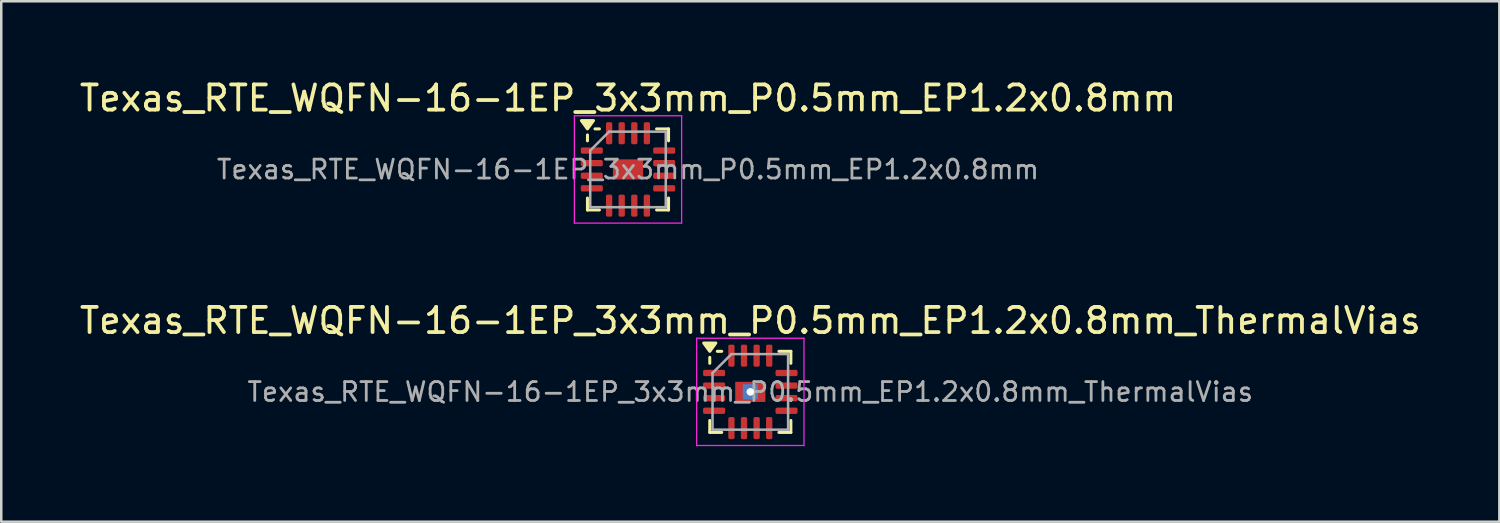
<source format=kicad_pcb>
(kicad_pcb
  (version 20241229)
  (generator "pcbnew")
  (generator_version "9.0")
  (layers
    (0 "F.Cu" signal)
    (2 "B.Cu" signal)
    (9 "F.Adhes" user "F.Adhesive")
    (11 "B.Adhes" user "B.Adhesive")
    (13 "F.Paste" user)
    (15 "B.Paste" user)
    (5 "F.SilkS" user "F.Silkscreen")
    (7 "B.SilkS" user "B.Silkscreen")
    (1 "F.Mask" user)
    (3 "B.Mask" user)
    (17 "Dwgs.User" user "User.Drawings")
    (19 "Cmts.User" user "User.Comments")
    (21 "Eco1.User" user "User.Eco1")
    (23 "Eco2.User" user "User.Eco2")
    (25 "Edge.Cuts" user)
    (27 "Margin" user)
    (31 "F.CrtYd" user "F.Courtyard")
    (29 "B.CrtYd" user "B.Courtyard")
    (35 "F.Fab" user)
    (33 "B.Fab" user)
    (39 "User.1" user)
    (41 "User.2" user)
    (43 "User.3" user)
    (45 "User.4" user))
  (footprint "Texas_RTE_WQFN-16-1EP_3x3mm_P0.5mm_EP1.2x0.8mm_ThermalVias"
    (layer "F.Cu")
    (at 26.744 12.511)
    (property "Reference" "Texas_RTE_WQFN-16-1EP_3x3mm_P0.5mm_EP1.2x0.8mm_ThermalVias" (at 0 -2.83 0) (layer "F.SilkS") (effects (font (size 1 1) (thickness 0.15))))
    (attr smd)
    (fp_line (start -1.61 -1.135) (end -1.61 -1.37) (stroke (width 0.12) (type solid)) (layer "F.SilkS"))
    (fp_line (start -1.61 1.61) (end -1.61 1.135) (stroke (width 0.12) (type solid)) (layer "F.SilkS"))
    (fp_line (start -1.135 -1.61) (end -1.31 -1.61) (stroke (width 0.12) (type solid)) (layer "F.SilkS"))
    (fp_line (start -1.135 1.61) (end -1.61 1.61) (stroke (width 0.12) (type solid)) (layer "F.SilkS"))
    (fp_line (start 1.135 -1.61) (end 1.61 -1.61) (stroke (width 0.12) (type solid)) (layer "F.SilkS"))
    (fp_line (start 1.135 1.61) (end 1.61 1.61) (stroke (width 0.12) (type solid)) (layer "F.SilkS"))
    (fp_line (start 1.61 -1.61) (end 1.61 -1.135) (stroke (width 0.12) (type solid)) (layer "F.SilkS"))
    (fp_line (start 1.61 1.61) (end 1.61 1.135) (stroke (width 0.12) (type solid)) (layer "F.SilkS"))
    (fp_poly (pts (xy -1.61 -1.61) (xy -1.85 -1.94) (xy -1.37 -1.94) (xy -1.61 -1.61)) (stroke (width 0.12) (type solid)) (fill yes) (layer "F.SilkS"))
    (fp_line (start -2.13 -2.13) (end -2.13 2.13) (stroke (width 0.05) (type solid)) (layer "F.CrtYd"))
    (fp_line (start -2.13 2.13) (end 2.13 2.13) (stroke (width 0.05) (type solid)) (layer "F.CrtYd"))
    (fp_line (start 2.13 -2.13) (end -2.13 -2.13) (stroke (width 0.05) (type solid)) (layer "F.CrtYd"))
    (fp_line (start 2.13 2.13) (end 2.13 -2.13) (stroke (width 0.05) (type solid)) (layer "F.CrtYd"))
    (fp_line (start -1.5 -0.75) (end -0.75 -1.5) (stroke (width 0.1) (type solid)) (layer "F.Fab"))
    (fp_line (start -1.5 1.5) (end -1.5 -0.75) (stroke (width 0.1) (type solid)) (layer "F.Fab"))
    (fp_line (start -0.75 -1.5) (end 1.5 -1.5) (stroke (width 0.1) (type solid)) (layer "F.Fab"))
    (fp_line (start 1.5 -1.5) (end 1.5 1.5) (stroke (width 0.1) (type solid)) (layer "F.Fab"))
    (fp_line (start 1.5 1.5) (end -1.5 1.5) (stroke (width 0.1) (type solid)) (layer "F.Fab"))
    (fp_text user "${REFERENCE}" (at 0 0 0) (layer "F.Fab") (effects (font (size 0.75 0.75) (thickness 0.11))))
    (pad "" smd roundrect (at -0.3 -0.2) (size 0.5 0.33) (layers "F.Paste") (roundrect_rratio 0.25))
    (pad "" smd roundrect (at -0.3 0.2) (size 0.5 0.33) (layers "F.Paste") (roundrect_rratio 0.25))
    (pad "" smd roundrect (at 0.3 -0.2) (size 0.5 0.33) (layers "F.Paste") (roundrect_rratio 0.25))
    (pad "" smd roundrect (at 0.3 0.2) (size 0.5 0.33) (layers "F.Paste") (roundrect_rratio 0.25))
    (pad "1" smd roundrect (at -1.438 -0.75) (size 0.875 0.25) (layers "F.Cu" "F.Mask" "F.Paste") (roundrect_rratio 0.25))
    (pad "2" smd roundrect (at -1.438 -0.25) (size 0.875 0.25) (layers "F.Cu" "F.Mask" "F.Paste") (roundrect_rratio 0.25))
    (pad "3" smd roundrect (at -1.438 0.25) (size 0.875 0.25) (layers "F.Cu" "F.Mask" "F.Paste") (roundrect_rratio 0.25))
    (pad "4" smd roundrect (at -1.438 0.75) (size 0.875 0.25) (layers "F.Cu" "F.Mask" "F.Paste") (roundrect_rratio 0.25))
    (pad "5" smd roundrect (at -0.75 1.438) (size 0.25 0.875) (layers "F.Cu" "F.Mask" "F.Paste") (roundrect_rratio 0.25))
    (pad "6" smd roundrect (at -0.25 1.438) (size 0.25 0.875) (layers "F.Cu" "F.Mask" "F.Paste") (roundrect_rratio 0.25))
    (pad "7" smd roundrect (at 0.25 1.438) (size 0.25 0.875) (layers "F.Cu" "F.Mask" "F.Paste") (roundrect_rratio 0.25))
    (pad "8" smd roundrect (at 0.75 1.438) (size 0.25 0.875) (layers "F.Cu" "F.Mask" "F.Paste") (roundrect_rratio 0.25))
    (pad "9" smd roundrect (at 1.438 0.75) (size 0.875 0.25) (layers "F.Cu" "F.Mask" "F.Paste") (roundrect_rratio 0.25))
    (pad "10" smd roundrect (at 1.438 0.25) (size 0.875 0.25) (layers "F.Cu" "F.Mask" "F.Paste") (roundrect_rratio 0.25))
    (pad "11" smd roundrect (at 1.438 -0.25) (size 0.875 0.25) (layers "F.Cu" "F.Mask" "F.Paste") (roundrect_rratio 0.25))
    (pad "12" smd roundrect (at 1.438 -0.75) (size 0.875 0.25) (layers "F.Cu" "F.Mask" "F.Paste") (roundrect_rratio 0.25))
    (pad "13" smd roundrect (at 0.75 -1.438) (size 0.25 0.875) (layers "F.Cu" "F.Mask" "F.Paste") (roundrect_rratio 0.25))
    (pad "14" smd roundrect (at 0.25 -1.438) (size 0.25 0.875) (layers "F.Cu" "F.Mask" "F.Paste") (roundrect_rratio 0.25))
    (pad "15" smd roundrect (at -0.25 -1.438) (size 0.25 0.875) (layers "F.Cu" "F.Mask" "F.Paste") (roundrect_rratio 0.25))
    (pad "16" smd roundrect (at -0.75 -1.438) (size 0.25 0.875) (layers "F.Cu" "F.Mask" "F.Paste") (roundrect_rratio 0.25))
    (pad "17" thru_hole circle (at 0 0) (size 0.6 0.6) (drill 0.3) (property pad_prop_heatsink) (layers "*.Cu"))
    (pad "17" smd rect (at 0 0) (size 0.6 0.6) (property pad_prop_heatsink) (layers "B.Cu"))
    (pad "17" smd rect (at 0 0) (size 1.2 0.8) (property pad_prop_heatsink) (layers "F.Cu" "F.Mask")))
  (footprint "Texas_RTE_WQFN-16-1EP_3x3mm_P0.5mm_EP1.2x0.8mm"
    (layer "F.Cu")
    (at 21.887 3.678)
    (property "Reference" "Texas_RTE_WQFN-16-1EP_3x3mm_P0.5mm_EP1.2x0.8mm" (at 0 -2.83 0) (layer "F.SilkS") (effects (font (size 1 1) (thickness 0.15))))
    (attr smd)
    (fp_line (start -1.61 -1.135) (end -1.61 -1.37) (stroke (width 0.12) (type solid)) (layer "F.SilkS"))
    (fp_line (start -1.61 1.61) (end -1.61 1.135) (stroke (width 0.12) (type solid)) (layer "F.SilkS"))
    (fp_line (start -1.135 -1.61) (end -1.31 -1.61) (stroke (width 0.12) (type solid)) (layer "F.SilkS"))
    (fp_line (start -1.135 1.61) (end -1.61 1.61) (stroke (width 0.12) (type solid)) (layer "F.SilkS"))
    (fp_line (start 1.135 -1.61) (end 1.61 -1.61) (stroke (width 0.12) (type solid)) (layer "F.SilkS"))
    (fp_line (start 1.135 1.61) (end 1.61 1.61) (stroke (width 0.12) (type solid)) (layer "F.SilkS"))
    (fp_line (start 1.61 -1.61) (end 1.61 -1.135) (stroke (width 0.12) (type solid)) (layer "F.SilkS"))
    (fp_line (start 1.61 1.61) (end 1.61 1.135) (stroke (width 0.12) (type solid)) (layer "F.SilkS"))
    (fp_poly (pts (xy -1.61 -1.61) (xy -1.85 -1.94) (xy -1.37 -1.94) (xy -1.61 -1.61)) (stroke (width 0.12) (type solid)) (fill yes) (layer "F.SilkS"))
    (fp_line (start -2.13 -2.13) (end -2.13 2.13) (stroke (width 0.05) (type solid)) (layer "F.CrtYd"))
    (fp_line (start -2.13 2.13) (end 2.13 2.13) (stroke (width 0.05) (type solid)) (layer "F.CrtYd"))
    (fp_line (start 2.13 -2.13) (end -2.13 -2.13) (stroke (width 0.05) (type solid)) (layer "F.CrtYd"))
    (fp_line (start 2.13 2.13) (end 2.13 -2.13) (stroke (width 0.05) (type solid)) (layer "F.CrtYd"))
    (fp_line (start -1.5 -0.75) (end -0.75 -1.5) (stroke (width 0.1) (type solid)) (layer "F.Fab"))
    (fp_line (start -1.5 1.5) (end -1.5 -0.75) (stroke (width 0.1) (type solid)) (layer "F.Fab"))
    (fp_line (start -0.75 -1.5) (end 1.5 -1.5) (stroke (width 0.1) (type solid)) (layer "F.Fab"))
    (fp_line (start 1.5 -1.5) (end 1.5 1.5) (stroke (width 0.1) (type solid)) (layer "F.Fab"))
    (fp_line (start 1.5 1.5) (end -1.5 1.5) (stroke (width 0.1) (type solid)) (layer "F.Fab"))
    (fp_text user "${REFERENCE}" (at 0 0 0) (layer "F.Fab") (effects (font (size 0.75 0.75) (thickness 0.11))))
    (pad "" smd roundrect (at -0.3 -0.2) (size 0.48 0.32) (layers "F.Paste") (roundrect_rratio 0.25))
    (pad "" smd roundrect (at -0.3 0.2) (size 0.48 0.32) (layers "F.Paste") (roundrect_rratio 0.25))
    (pad "" smd roundrect (at 0.3 -0.2) (size 0.48 0.32) (layers "F.Paste") (roundrect_rratio 0.25))
    (pad "" smd roundrect (at 0.3 0.2) (size 0.48 0.32) (layers "F.Paste") (roundrect_rratio 0.25))
    (pad "1" smd roundrect (at -1.438 -0.75) (size 0.875 0.25) (layers "F.Cu" "F.Mask" "F.Paste") (roundrect_rratio 0.25))
    (pad "2" smd roundrect (at -1.438 -0.25) (size 0.875 0.25) (layers "F.Cu" "F.Mask" "F.Paste") (roundrect_rratio 0.25))
    (pad "3" smd roundrect (at -1.438 0.25) (size 0.875 0.25) (layers "F.Cu" "F.Mask" "F.Paste") (roundrect_rratio 0.25))
    (pad "4" smd roundrect (at -1.438 0.75) (size 0.875 0.25) (layers "F.Cu" "F.Mask" "F.Paste") (roundrect_rratio 0.25))
    (pad "5" smd roundrect (at -0.75 1.438) (size 0.25 0.875) (layers "F.Cu" "F.Mask" "F.Paste") (roundrect_rratio 0.25))
    (pad "6" smd roundrect (at -0.25 1.438) (size 0.25 0.875) (layers "F.Cu" "F.Mask" "F.Paste") (roundrect_rratio 0.25))
    (pad "7" smd roundrect (at 0.25 1.438) (size 0.25 0.875) (layers "F.Cu" "F.Mask" "F.Paste") (roundrect_rratio 0.25))
    (pad "8" smd roundrect (at 0.75 1.438) (size 0.25 0.875) (layers "F.Cu" "F.Mask" "F.Paste") (roundrect_rratio 0.25))
    (pad "9" smd roundrect (at 1.438 0.75) (size 0.875 0.25) (layers "F.Cu" "F.Mask" "F.Paste") (roundrect_rratio 0.25))
    (pad "10" smd roundrect (at 1.438 0.25) (size 0.875 0.25) (layers "F.Cu" "F.Mask" "F.Paste") (roundrect_rratio 0.25))
    (pad "11" smd roundrect (at 1.438 -0.25) (size 0.875 0.25) (layers "F.Cu" "F.Mask" "F.Paste") (roundrect_rratio 0.25))
    (pad "12" smd roundrect (at 1.438 -0.75) (size 0.875 0.25) (layers "F.Cu" "F.Mask" "F.Paste") (roundrect_rratio 0.25))
    (pad "13" smd roundrect (at 0.75 -1.438) (size 0.25 0.875) (layers "F.Cu" "F.Mask" "F.Paste") (roundrect_rratio 0.25))
    (pad "14" smd roundrect (at 0.25 -1.438) (size 0.25 0.875) (layers "F.Cu" "F.Mask" "F.Paste") (roundrect_rratio 0.25))
    (pad "15" smd roundrect (at -0.25 -1.438) (size 0.25 0.875) (layers "F.Cu" "F.Mask" "F.Paste") (roundrect_rratio 0.25))
    (pad "16" smd roundrect (at -0.75 -1.438) (size 0.25 0.875) (layers "F.Cu" "F.Mask" "F.Paste") (roundrect_rratio 0.25))
    (pad "17" smd rect (at 0 0) (size 1.2 0.8) (property pad_prop_heatsink) (layers "F.Cu" "F.Mask")))
  (gr_rect
    (start -3 -3)
    (end 56.488 17.666)
    (stroke (width 0.1) (type default))
    (fill no)
    (layer "Edge.Cuts")))
</source>
